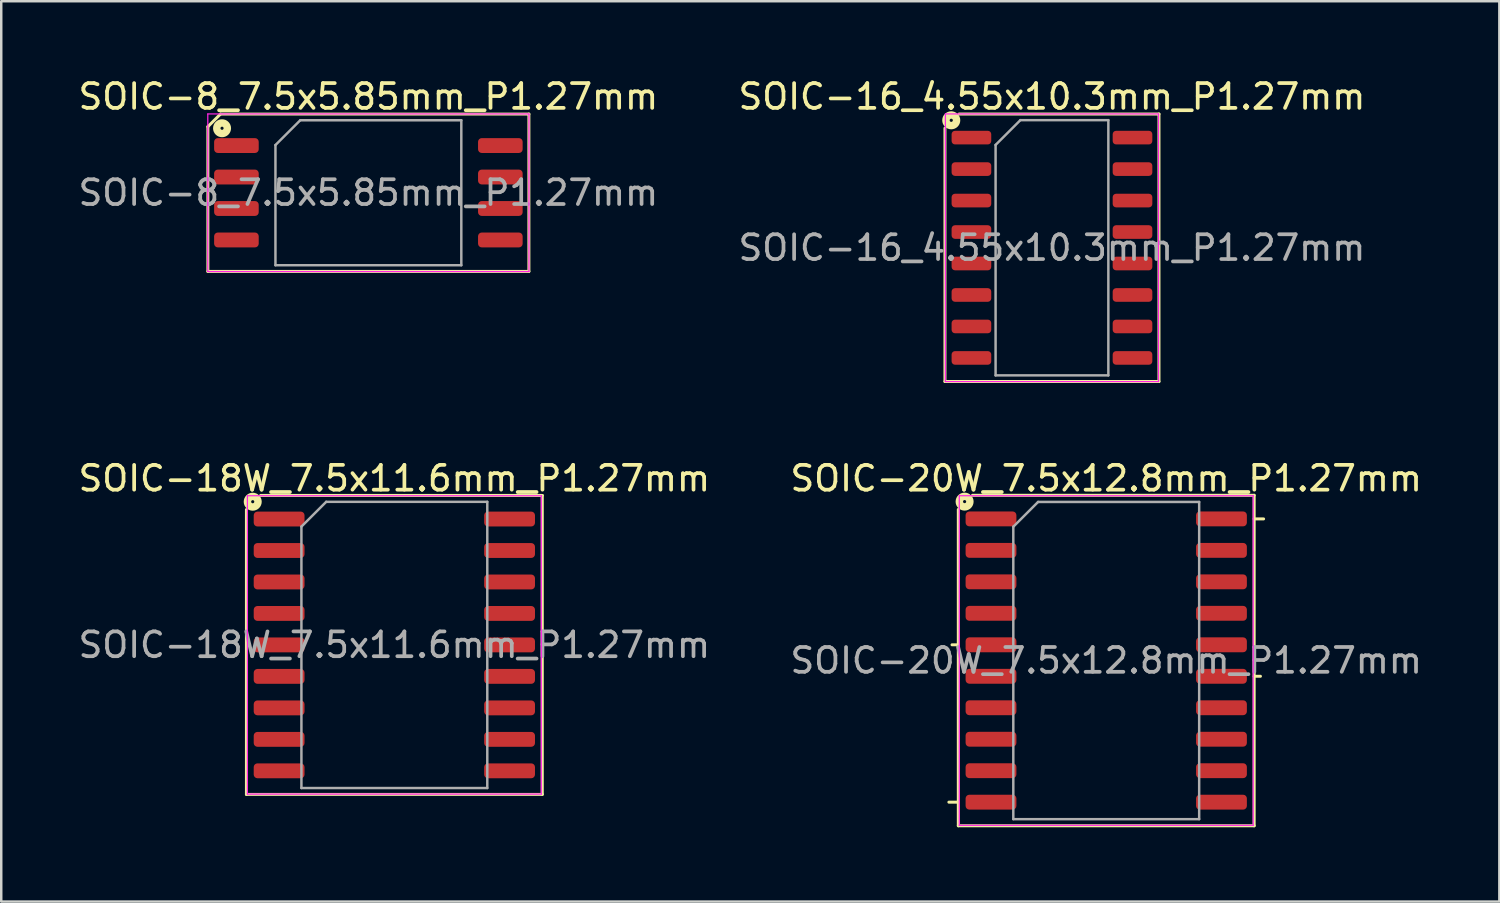
<source format=kicad_pcb>
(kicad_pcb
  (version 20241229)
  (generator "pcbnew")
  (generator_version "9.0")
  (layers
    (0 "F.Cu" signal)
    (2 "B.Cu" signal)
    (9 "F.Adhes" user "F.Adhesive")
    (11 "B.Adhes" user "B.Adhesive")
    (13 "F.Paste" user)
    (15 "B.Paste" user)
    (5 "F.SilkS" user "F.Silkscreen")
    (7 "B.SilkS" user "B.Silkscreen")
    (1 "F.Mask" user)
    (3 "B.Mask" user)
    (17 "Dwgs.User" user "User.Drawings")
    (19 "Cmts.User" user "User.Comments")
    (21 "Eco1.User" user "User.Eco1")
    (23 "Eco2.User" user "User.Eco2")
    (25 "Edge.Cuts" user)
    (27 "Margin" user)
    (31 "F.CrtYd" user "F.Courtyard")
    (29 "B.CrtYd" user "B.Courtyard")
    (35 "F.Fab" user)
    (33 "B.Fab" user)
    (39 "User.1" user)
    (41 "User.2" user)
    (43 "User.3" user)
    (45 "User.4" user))
  (footprint "SOIC-20W_7.5x12.8mm_P1.27mm"
    (layer "F.Cu")
    (at 41.589 23.604)
    (property "Reference" "SOIC-20W_7.5x12.8mm_P1.27mm" (at 0 -7.35 0) (layer "F.SilkS") (effects (font (size 1 1) (thickness 0.15))))
    (attr smd)
    (fp_line (start -5.969 -6.096) (end -5.969 6.668) (stroke (width 0.12) (type solid)) (layer "F.SilkS"))
    (fp_line (start -5.969 -0.635) (end -6.223 -0.635) (stroke (width 0.12) (type solid)) (layer "F.SilkS"))
    (fp_line (start -5.969 5.715) (end -6.35 5.715) (stroke (width 0.12) (type solid)) (layer "F.SilkS"))
    (fp_line (start -5.969 6.668) (end 5.969 6.668) (stroke (width 0.12) (type solid)) (layer "F.SilkS"))
    (fp_line (start 5.969 -6.668) (end -5.397 -6.668) (stroke (width 0.12) (type solid)) (layer "F.SilkS"))
    (fp_line (start 5.969 -5.715) (end 6.35 -5.715) (stroke (width 0.12) (type solid)) (layer "F.SilkS"))
    (fp_line (start 5.969 0.635) (end 6.223 0.635) (stroke (width 0.12) (type solid)) (layer "F.SilkS"))
    (fp_line (start 5.969 6.668) (end 5.969 -6.668) (stroke (width 0.12) (type solid)) (layer "F.SilkS"))
    (fp_circle (center -5.715 -6.413) (end -5.652 -6.413) (stroke (width 0.3) (type solid)) (fill no) (layer "F.SilkS"))
    (fp_line (start -5.93 -6.65) (end -5.93 6.65) (stroke (width 0.05) (type solid)) (layer "F.CrtYd"))
    (fp_line (start -5.93 6.65) (end 5.93 6.65) (stroke (width 0.05) (type solid)) (layer "F.CrtYd"))
    (fp_line (start 5.93 -6.65) (end -5.93 -6.65) (stroke (width 0.05) (type solid)) (layer "F.CrtYd"))
    (fp_line (start 5.93 6.65) (end 5.93 -6.65) (stroke (width 0.05) (type solid)) (layer "F.CrtYd"))
    (fp_line (start -3.75 -5.4) (end -2.75 -6.4) (stroke (width 0.1) (type solid)) (layer "F.Fab"))
    (fp_line (start -3.75 6.4) (end -3.75 -5.4) (stroke (width 0.1) (type solid)) (layer "F.Fab"))
    (fp_line (start -2.75 -6.4) (end 3.75 -6.4) (stroke (width 0.1) (type solid)) (layer "F.Fab"))
    (fp_line (start 3.75 -6.4) (end 3.75 6.4) (stroke (width 0.1) (type solid)) (layer "F.Fab"))
    (fp_line (start 3.75 6.4) (end -3.75 6.4) (stroke (width 0.1) (type solid)) (layer "F.Fab"))
    (fp_text user "${REFERENCE}" (at 0 0 0) (layer "F.Fab") (effects (font (size 1 1) (thickness 0.15))))
    (pad "1" smd roundrect (at -4.65 -5.715) (size 2.05 0.6) (layers "F.Cu" "F.Mask" "F.Paste") (roundrect_rratio 0.25))
    (pad "2" smd roundrect (at -4.65 -4.445) (size 2.05 0.6) (layers "F.Cu" "F.Mask" "F.Paste") (roundrect_rratio 0.25))
    (pad "3" smd roundrect (at -4.65 -3.175) (size 2.05 0.6) (layers "F.Cu" "F.Mask" "F.Paste") (roundrect_rratio 0.25))
    (pad "4" smd roundrect (at -4.65 -1.905) (size 2.05 0.6) (layers "F.Cu" "F.Mask" "F.Paste") (roundrect_rratio 0.25))
    (pad "5" smd roundrect (at -4.65 -0.635) (size 2.05 0.6) (layers "F.Cu" "F.Mask" "F.Paste") (roundrect_rratio 0.25))
    (pad "6" smd roundrect (at -4.65 0.635) (size 2.05 0.6) (layers "F.Cu" "F.Mask" "F.Paste") (roundrect_rratio 0.25))
    (pad "7" smd roundrect (at -4.65 1.905) (size 2.05 0.6) (layers "F.Cu" "F.Mask" "F.Paste") (roundrect_rratio 0.25))
    (pad "8" smd roundrect (at -4.65 3.175) (size 2.05 0.6) (layers "F.Cu" "F.Mask" "F.Paste") (roundrect_rratio 0.25))
    (pad "9" smd roundrect (at -4.65 4.445) (size 2.05 0.6) (layers "F.Cu" "F.Mask" "F.Paste") (roundrect_rratio 0.25))
    (pad "10" smd roundrect (at -4.65 5.715) (size 2.05 0.6) (layers "F.Cu" "F.Mask" "F.Paste") (roundrect_rratio 0.25))
    (pad "11" smd roundrect (at 4.65 5.715) (size 2.05 0.6) (layers "F.Cu" "F.Mask" "F.Paste") (roundrect_rratio 0.25))
    (pad "12" smd roundrect (at 4.65 4.445) (size 2.05 0.6) (layers "F.Cu" "F.Mask" "F.Paste") (roundrect_rratio 0.25))
    (pad "13" smd roundrect (at 4.65 3.175) (size 2.05 0.6) (layers "F.Cu" "F.Mask" "F.Paste") (roundrect_rratio 0.25))
    (pad "14" smd roundrect (at 4.65 1.905) (size 2.05 0.6) (layers "F.Cu" "F.Mask" "F.Paste") (roundrect_rratio 0.25))
    (pad "15" smd roundrect (at 4.65 0.635) (size 2.05 0.6) (layers "F.Cu" "F.Mask" "F.Paste") (roundrect_rratio 0.25))
    (pad "16" smd roundrect (at 4.65 -0.635) (size 2.05 0.6) (layers "F.Cu" "F.Mask" "F.Paste") (roundrect_rratio 0.25))
    (pad "17" smd roundrect (at 4.65 -1.905) (size 2.05 0.6) (layers "F.Cu" "F.Mask" "F.Paste") (roundrect_rratio 0.25))
    (pad "18" smd roundrect (at 4.65 -3.175) (size 2.05 0.6) (layers "F.Cu" "F.Mask" "F.Paste") (roundrect_rratio 0.25))
    (pad "19" smd roundrect (at 4.65 -4.445) (size 2.05 0.6) (layers "F.Cu" "F.Mask" "F.Paste") (roundrect_rratio 0.25))
    (pad "20" smd roundrect (at 4.65 -5.715) (size 2.05 0.6) (layers "F.Cu" "F.Mask" "F.Paste") (roundrect_rratio 0.25)))
  (footprint "SOIC-16_4.55x10.3mm_P1.27mm"
    (layer "F.Cu")
    (at 39.399 6.948)
    (property "Reference" "SOIC-16_4.55x10.3mm_P1.27mm" (at 0 -6.1 0) (layer "F.SilkS") (effects (font (size 1 1) (thickness 0.15))))
    (attr smd)
    (fp_line (start -4.318 -4.826) (end -4.318 5.397) (stroke (width 0.12) (type solid)) (layer "F.SilkS"))
    (fp_line (start -4.318 5.397) (end 4.318 5.397) (stroke (width 0.12) (type solid)) (layer "F.SilkS"))
    (fp_line (start 4.318 -5.397) (end -3.747 -5.397) (stroke (width 0.12) (type solid)) (layer "F.SilkS"))
    (fp_line (start 4.318 5.397) (end 4.318 -5.397) (stroke (width 0.12) (type solid)) (layer "F.SilkS"))
    (fp_circle (center -4.064 -5.144) (end -4 -5.144) (stroke (width 0.3) (type solid)) (fill no) (layer "F.SilkS"))
    (fp_line (start -4.3 -5.4) (end -4.3 5.4) (stroke (width 0.05) (type solid)) (layer "F.CrtYd"))
    (fp_line (start -4.3 5.4) (end 4.3 5.4) (stroke (width 0.05) (type solid)) (layer "F.CrtYd"))
    (fp_line (start 4.3 -5.4) (end -4.3 -5.4) (stroke (width 0.05) (type solid)) (layer "F.CrtYd"))
    (fp_line (start 4.3 5.4) (end 4.3 -5.4) (stroke (width 0.05) (type solid)) (layer "F.CrtYd"))
    (fp_line (start -2.275 -4.15) (end -1.275 -5.15) (stroke (width 0.1) (type solid)) (layer "F.Fab"))
    (fp_line (start -2.275 5.15) (end -2.275 -4.15) (stroke (width 0.1) (type solid)) (layer "F.Fab"))
    (fp_line (start -1.275 -5.15) (end 2.275 -5.15) (stroke (width 0.1) (type solid)) (layer "F.Fab"))
    (fp_line (start 2.275 -5.15) (end 2.275 5.15) (stroke (width 0.1) (type solid)) (layer "F.Fab"))
    (fp_line (start 2.275 5.15) (end -2.275 5.15) (stroke (width 0.1) (type solid)) (layer "F.Fab"))
    (fp_text user "${REFERENCE}" (at 0 0 0) (layer "F.Fab") (effects (font (size 1 1) (thickness 0.15))))
    (pad "1" smd roundrect (at -3.25 -4.445) (size 1.6 0.55) (layers "F.Cu" "F.Mask" "F.Paste") (roundrect_rratio 0.25))
    (pad "2" smd roundrect (at -3.25 -3.175) (size 1.6 0.55) (layers "F.Cu" "F.Mask" "F.Paste") (roundrect_rratio 0.25))
    (pad "3" smd roundrect (at -3.25 -1.905) (size 1.6 0.55) (layers "F.Cu" "F.Mask" "F.Paste") (roundrect_rratio 0.25))
    (pad "4" smd roundrect (at -3.25 -0.635) (size 1.6 0.55) (layers "F.Cu" "F.Mask" "F.Paste") (roundrect_rratio 0.25))
    (pad "5" smd roundrect (at -3.25 0.635) (size 1.6 0.55) (layers "F.Cu" "F.Mask" "F.Paste") (roundrect_rratio 0.25))
    (pad "6" smd roundrect (at -3.25 1.905) (size 1.6 0.55) (layers "F.Cu" "F.Mask" "F.Paste") (roundrect_rratio 0.25))
    (pad "7" smd roundrect (at -3.25 3.175) (size 1.6 0.55) (layers "F.Cu" "F.Mask" "F.Paste") (roundrect_rratio 0.25))
    (pad "8" smd roundrect (at -3.25 4.445) (size 1.6 0.55) (layers "F.Cu" "F.Mask" "F.Paste") (roundrect_rratio 0.25))
    (pad "9" smd roundrect (at 3.25 4.445) (size 1.6 0.55) (layers "F.Cu" "F.Mask" "F.Paste") (roundrect_rratio 0.25))
    (pad "10" smd roundrect (at 3.25 3.175) (size 1.6 0.55) (layers "F.Cu" "F.Mask" "F.Paste") (roundrect_rratio 0.25))
    (pad "11" smd roundrect (at 3.25 1.905) (size 1.6 0.55) (layers "F.Cu" "F.Mask" "F.Paste") (roundrect_rratio 0.25))
    (pad "12" smd roundrect (at 3.25 0.635) (size 1.6 0.55) (layers "F.Cu" "F.Mask" "F.Paste") (roundrect_rratio 0.25))
    (pad "13" smd roundrect (at 3.25 -0.635) (size 1.6 0.55) (layers "F.Cu" "F.Mask" "F.Paste") (roundrect_rratio 0.25))
    (pad "14" smd roundrect (at 3.25 -1.905) (size 1.6 0.55) (layers "F.Cu" "F.Mask" "F.Paste") (roundrect_rratio 0.25))
    (pad "15" smd roundrect (at 3.25 -3.175) (size 1.6 0.55) (layers "F.Cu" "F.Mask" "F.Paste") (roundrect_rratio 0.25))
    (pad "16" smd roundrect (at 3.25 -4.445) (size 1.6 0.55) (layers "F.Cu" "F.Mask" "F.Paste") (roundrect_rratio 0.25)))
  (footprint "SOIC-8_7.5x5.85mm_P1.27mm"
    (layer "F.Cu")
    (at 11.815 4.728)
    (property "Reference" "SOIC-8_7.5x5.85mm_P1.27mm" (at 0 -3.88 0) (layer "F.SilkS") (effects (font (size 1 1) (thickness 0.15))))
    (attr smd)
    (fp_line (start -6.477 -2.667) (end -6.477 3.175) (stroke (width 0.12) (type solid)) (layer "F.SilkS"))
    (fp_line (start -6.477 -2.667) (end -5.969 -3.175) (stroke (width 0.12) (type solid)) (layer "F.SilkS"))
    (fp_line (start -6.477 3.175) (end 6.477 3.175) (stroke (width 0.12) (type solid)) (layer "F.SilkS"))
    (fp_line (start 6.477 -3.175) (end -5.969 -3.175) (stroke (width 0.12) (type solid)) (layer "F.SilkS"))
    (fp_line (start 6.477 3.175) (end 6.477 -3.175) (stroke (width 0.12) (type solid)) (layer "F.SilkS"))
    (fp_circle (center -5.905 -2.603) (end -5.842 -2.603) (stroke (width 0.3) (type solid)) (fill no) (layer "F.SilkS"))
    (fp_line (start -6.48 -3.18) (end -6.48 3.18) (stroke (width 0.05) (type solid)) (layer "F.CrtYd"))
    (fp_line (start -6.48 3.18) (end 6.48 3.18) (stroke (width 0.05) (type solid)) (layer "F.CrtYd"))
    (fp_line (start 6.48 -3.18) (end -6.48 -3.18) (stroke (width 0.05) (type solid)) (layer "F.CrtYd"))
    (fp_line (start 6.48 3.18) (end 6.48 -3.18) (stroke (width 0.05) (type solid)) (layer "F.CrtYd"))
    (fp_line (start -3.75 -1.925) (end -2.75 -2.925) (stroke (width 0.1) (type solid)) (layer "F.Fab"))
    (fp_line (start -3.75 2.925) (end -3.75 -1.925) (stroke (width 0.1) (type solid)) (layer "F.Fab"))
    (fp_line (start -2.75 -2.925) (end 3.75 -2.925) (stroke (width 0.1) (type solid)) (layer "F.Fab"))
    (fp_line (start 3.75 -2.925) (end 3.75 2.925) (stroke (width 0.1) (type solid)) (layer "F.Fab"))
    (fp_line (start 3.75 2.925) (end -3.75 2.925) (stroke (width 0.1) (type solid)) (layer "F.Fab"))
    (fp_text user "${REFERENCE}" (at 0 0 0) (layer "F.Fab") (effects (font (size 1 1) (thickness 0.15))))
    (pad "1" smd roundrect (at -5.325 -1.905) (size 1.8 0.6) (layers "F.Cu" "F.Mask" "F.Paste") (roundrect_rratio 0.25))
    (pad "2" smd roundrect (at -5.325 -0.635) (size 1.8 0.6) (layers "F.Cu" "F.Mask" "F.Paste") (roundrect_rratio 0.25))
    (pad "3" smd roundrect (at -5.325 0.635) (size 1.8 0.6) (layers "F.Cu" "F.Mask" "F.Paste") (roundrect_rratio 0.25))
    (pad "4" smd roundrect (at -5.325 1.905) (size 1.8 0.6) (layers "F.Cu" "F.Mask" "F.Paste") (roundrect_rratio 0.25))
    (pad "5" smd roundrect (at 5.325 1.905) (size 1.8 0.6) (layers "F.Cu" "F.Mask" "F.Paste") (roundrect_rratio 0.25))
    (pad "6" smd roundrect (at 5.325 0.635) (size 1.8 0.6) (layers "F.Cu" "F.Mask" "F.Paste") (roundrect_rratio 0.25))
    (pad "7" smd roundrect (at 5.325 -0.635) (size 1.8 0.6) (layers "F.Cu" "F.Mask" "F.Paste") (roundrect_rratio 0.25))
    (pad "8" smd roundrect (at 5.325 -1.905) (size 1.8 0.6) (layers "F.Cu" "F.Mask" "F.Paste") (roundrect_rratio 0.25)))
  (footprint "SOIC-18W_7.5x11.6mm_P1.27mm"
    (layer "F.Cu")
    (at 12.863 22.974)
    (property "Reference" "SOIC-18W_7.5x11.6mm_P1.27mm" (at 0 -6.72 0) (layer "F.SilkS") (effects (font (size 1 1) (thickness 0.15))))
    (attr smd)
    (fp_line (start -5.969 -5.461) (end -5.969 6.032) (stroke (width 0.12) (type solid)) (layer "F.SilkS"))
    (fp_line (start -5.969 6.032) (end 5.969 6.032) (stroke (width 0.12) (type solid)) (layer "F.SilkS"))
    (fp_line (start 5.969 -6.032) (end -5.397 -6.032) (stroke (width 0.12) (type solid)) (layer "F.SilkS"))
    (fp_line (start 5.969 6.032) (end 5.969 -6.032) (stroke (width 0.12) (type solid)) (layer "F.SilkS"))
    (fp_circle (center -5.715 -5.779) (end -5.652 -5.779) (stroke (width 0.3) (type solid)) (fill no) (layer "F.SilkS"))
    (fp_line (start -5.93 -6.02) (end -5.93 6.02) (stroke (width 0.05) (type solid)) (layer "F.CrtYd"))
    (fp_line (start -5.93 6.02) (end 5.93 6.02) (stroke (width 0.05) (type solid)) (layer "F.CrtYd"))
    (fp_line (start 5.93 -6.02) (end -5.93 -6.02) (stroke (width 0.05) (type solid)) (layer "F.CrtYd"))
    (fp_line (start 5.93 6.02) (end 5.93 -6.02) (stroke (width 0.05) (type solid)) (layer "F.CrtYd"))
    (fp_line (start -3.75 -4.775) (end -2.75 -5.775) (stroke (width 0.1) (type solid)) (layer "F.Fab"))
    (fp_line (start -3.75 5.775) (end -3.75 -4.775) (stroke (width 0.1) (type solid)) (layer "F.Fab"))
    (fp_line (start -2.75 -5.775) (end 3.75 -5.775) (stroke (width 0.1) (type solid)) (layer "F.Fab"))
    (fp_line (start 3.75 -5.775) (end 3.75 5.775) (stroke (width 0.1) (type solid)) (layer "F.Fab"))
    (fp_line (start 3.75 5.775) (end -3.75 5.775) (stroke (width 0.1) (type solid)) (layer "F.Fab"))
    (fp_text user "${REFERENCE}" (at 0 0 0) (layer "F.Fab") (effects (font (size 1 1) (thickness 0.15))))
    (pad "1" smd roundrect (at -4.65 -5.08) (size 2.05 0.6) (layers "F.Cu" "F.Mask" "F.Paste") (roundrect_rratio 0.25))
    (pad "2" smd roundrect (at -4.65 -3.81) (size 2.05 0.6) (layers "F.Cu" "F.Mask" "F.Paste") (roundrect_rratio 0.25))
    (pad "3" smd roundrect (at -4.65 -2.54) (size 2.05 0.6) (layers "F.Cu" "F.Mask" "F.Paste") (roundrect_rratio 0.25))
    (pad "4" smd roundrect (at -4.65 -1.27) (size 2.05 0.6) (layers "F.Cu" "F.Mask" "F.Paste") (roundrect_rratio 0.25))
    (pad "5" smd roundrect (at -4.65 0) (size 2.05 0.6) (layers "F.Cu" "F.Mask" "F.Paste") (roundrect_rratio 0.25))
    (pad "6" smd roundrect (at -4.65 1.27) (size 2.05 0.6) (layers "F.Cu" "F.Mask" "F.Paste") (roundrect_rratio 0.25))
    (pad "7" smd roundrect (at -4.65 2.54) (size 2.05 0.6) (layers "F.Cu" "F.Mask" "F.Paste") (roundrect_rratio 0.25))
    (pad "8" smd roundrect (at -4.65 3.81) (size 2.05 0.6) (layers "F.Cu" "F.Mask" "F.Paste") (roundrect_rratio 0.25))
    (pad "9" smd roundrect (at -4.65 5.08) (size 2.05 0.6) (layers "F.Cu" "F.Mask" "F.Paste") (roundrect_rratio 0.25))
    (pad "10" smd roundrect (at 4.65 5.08) (size 2.05 0.6) (layers "F.Cu" "F.Mask" "F.Paste") (roundrect_rratio 0.25))
    (pad "11" smd roundrect (at 4.65 3.81) (size 2.05 0.6) (layers "F.Cu" "F.Mask" "F.Paste") (roundrect_rratio 0.25))
    (pad "12" smd roundrect (at 4.65 2.54) (size 2.05 0.6) (layers "F.Cu" "F.Mask" "F.Paste") (roundrect_rratio 0.25))
    (pad "13" smd roundrect (at 4.65 1.27) (size 2.05 0.6) (layers "F.Cu" "F.Mask" "F.Paste") (roundrect_rratio 0.25))
    (pad "14" smd roundrect (at 4.65 0) (size 2.05 0.6) (layers "F.Cu" "F.Mask" "F.Paste") (roundrect_rratio 0.25))
    (pad "15" smd roundrect (at 4.65 -1.27) (size 2.05 0.6) (layers "F.Cu" "F.Mask" "F.Paste") (roundrect_rratio 0.25))
    (pad "16" smd roundrect (at 4.65 -2.54) (size 2.05 0.6) (layers "F.Cu" "F.Mask" "F.Paste") (roundrect_rratio 0.25))
    (pad "17" smd roundrect (at 4.65 -3.81) (size 2.05 0.6) (layers "F.Cu" "F.Mask" "F.Paste") (roundrect_rratio 0.25))
    (pad "18" smd roundrect (at 4.65 -5.08) (size 2.05 0.6) (layers "F.Cu" "F.Mask" "F.Paste") (roundrect_rratio 0.25)))
  (gr_rect
    (start -3 -3)
    (end 57.452 33.331)
    (stroke (width 0.1) (type default))
    (fill no)
    (layer "Edge.Cuts")))
</source>
